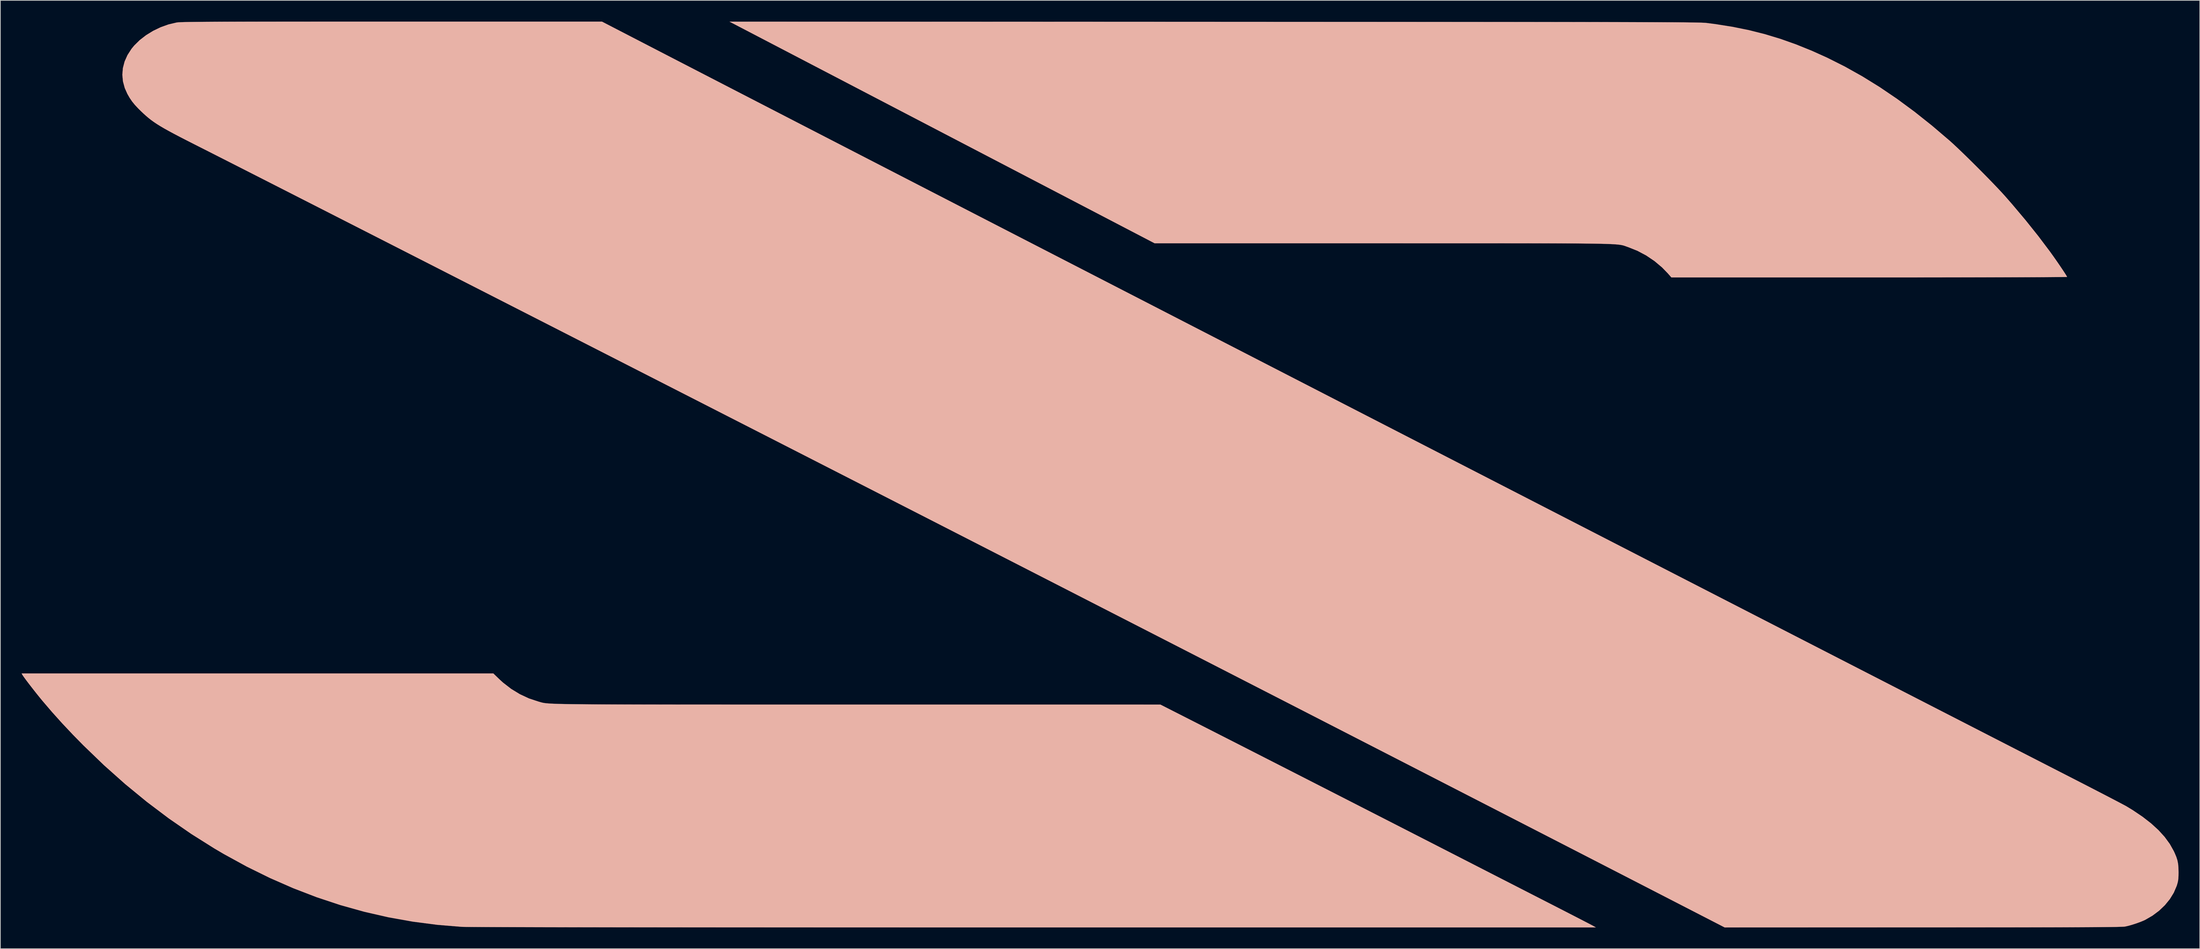
<source format=kicad_pcb>
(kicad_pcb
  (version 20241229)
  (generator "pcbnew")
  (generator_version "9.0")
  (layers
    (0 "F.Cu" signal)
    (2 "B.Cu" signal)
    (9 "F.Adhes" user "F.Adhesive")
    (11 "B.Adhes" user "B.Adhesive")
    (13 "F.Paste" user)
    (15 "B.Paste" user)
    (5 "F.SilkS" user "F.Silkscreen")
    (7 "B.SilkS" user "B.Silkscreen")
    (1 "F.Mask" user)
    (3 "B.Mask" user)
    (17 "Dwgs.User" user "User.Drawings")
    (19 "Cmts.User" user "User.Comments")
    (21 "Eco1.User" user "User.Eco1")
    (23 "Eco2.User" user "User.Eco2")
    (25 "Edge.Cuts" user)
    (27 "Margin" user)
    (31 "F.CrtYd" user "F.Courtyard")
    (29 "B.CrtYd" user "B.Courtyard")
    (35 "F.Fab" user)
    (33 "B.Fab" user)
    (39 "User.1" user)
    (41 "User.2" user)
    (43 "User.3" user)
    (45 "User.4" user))
  (footprint "ZLOGO"
    (layer "F.Cu")
    (at 162.571 64.521)
    (property "Reference" "ZLOGO" (at 0 0 0) (layer "F.SilkS") (effects (font (size 1.524 1.524) (thickness 0.3))))
    (attr through_hole)
    (fp_poly (pts (xy -162.471 27.779) (xy -162.364 27.947) (xy -162.167 28.224) (xy -161.897 28.589) (xy -161.57 29.02) (xy -161.204 29.495) (xy -160.815 29.993) (xy -160.42 30.492) (xy -160.036 30.969) (xy -159.679 31.404) (xy -159.638 31.454) (xy -158.277 33.045) (xy -156.847 34.636) (xy -155.319 36.257) (xy -153.84 37.764) (xy -150.925 40.572) (xy -147.94 43.23) (xy -144.886 45.737) (xy -141.766 48.091) (xy -138.582 50.29) (xy -135.336 52.333) (xy -133.994 53.122) (xy -130.75 54.899) (xy -127.482 56.508) (xy -124.189 57.951) (xy -120.87 59.227) (xy -117.522 60.338) (xy -114.144 61.283) (xy -110.735 62.063) (xy -107.292 62.678) (xy -103.815 63.129) (xy -100.372 63.413) (xy -100.195 63.418) (xy -99.848 63.424) (xy -99.333 63.429) (xy -98.65 63.434) (xy -97.799 63.438) (xy -96.78 63.443) (xy -95.594 63.447) (xy -94.241 63.451) (xy -92.721 63.455) (xy -91.036 63.459) (xy -89.184 63.463) (xy -87.167 63.466) (xy -84.985 63.47) (xy -82.638 63.473) (xy -80.127 63.476) (xy -77.452 63.479) (xy -74.612 63.481) (xy -71.61 63.484) (xy -68.445 63.486) (xy -65.116 63.488) (xy -61.626 63.49) (xy -57.973 63.491) (xy -54.159 63.493) (xy -50.184 63.494) (xy -46.048 63.495) (xy -41.751 63.496) (xy -37.294 63.497) (xy -32.677 63.498) (xy -27.901 63.498) (xy -22.965 63.498) (xy -19.516 63.498) (xy 59.902 63.498) (xy 59.563 63.301) (xy 59.434 63.231) (xy 59.166 63.09) (xy 58.773 62.885) (xy 58.267 62.623) (xy 57.661 62.31) (xy 56.968 61.953) (xy 56.199 61.557) (xy 55.368 61.13) (xy 54.487 60.678) (xy 53.594 60.221) (xy 52.698 59.762) (xy 51.671 59.236) (xy 50.535 58.655) (xy 49.31 58.027) (xy 48.016 57.364) (xy 46.673 56.677) (xy 45.303 55.975) (xy 43.926 55.269) (xy 42.562 54.57) (xy 41.232 53.889) (xy 39.956 53.235) (xy 39.624 53.065) (xy 37.666 52.062) (xy 35.633 51.021) (xy 33.537 49.948) (xy 31.393 48.851) (xy 29.215 47.737) (xy 27.016 46.613) (xy 24.81 45.485) (xy 22.612 44.361) (xy 20.434 43.249) (xy 18.291 42.154) (xy 16.196 41.085) (xy 14.164 40.048) (xy 12.208 39.05) (xy 10.341 38.098) (xy 8.579 37.2) (xy 6.935 36.363) (xy 5.422 35.592) (xy 4.877 35.315) (xy -1.634 32.004) (xy -44.357 32.002) (xy -47.602 32.002) (xy -50.682 32.002) (xy -53.602 32.002) (xy -56.365 32.002) (xy -58.977 32.002) (xy -61.442 32.002) (xy -63.765 32.001) (xy -65.949 32.001) (xy -67.999 32) (xy -69.919 31.999) (xy -71.715 31.997) (xy -73.39 31.995) (xy -74.949 31.993) (xy -76.397 31.99) (xy -77.737 31.987) (xy -78.974 31.983) (xy -80.113 31.979) (xy -81.158 31.974) (xy -82.113 31.968) (xy -82.984 31.962) (xy -83.774 31.955) (xy -84.487 31.947) (xy -85.129 31.939) (xy -85.703 31.929) (xy -86.215 31.919) (xy -86.668 31.908) (xy -87.067 31.895) (xy -87.417 31.882) (xy -87.721 31.868) (xy -87.985 31.852) (xy -88.212 31.835) (xy -88.408 31.818) (xy -88.576 31.799) (xy -88.721 31.778) (xy -88.847 31.757) (xy -88.96 31.734) (xy -89.063 31.709) (xy -89.16 31.683) (xy -89.257 31.656) (xy -89.357 31.627) (xy -89.466 31.597) (xy -89.516 31.583) (xy -90.86 31.139) (xy -92.154 30.537) (xy -93.382 29.788) (xy -94.53 28.9) (xy -95.042 28.433) (xy -95.905 27.601) (xy -162.566 27.601) (xy -162.471 27.779)) (stroke (width 0.01) (type solid)) (fill yes) (layer "B.SilkS"))
    (fp_poly (pts (xy -62.103 -64.289) (xy -61.998 -64.235) (xy -61.749 -64.105) (xy -61.36 -63.902) (xy -60.836 -63.628) (xy -60.182 -63.288) (xy -59.404 -62.882) (xy -58.507 -62.414) (xy -57.496 -61.887) (xy -56.376 -61.303) (xy -55.152 -60.665) (xy -53.83 -59.976) (xy -52.414 -59.238) (xy -50.91 -58.453) (xy -49.323 -57.626) (xy -47.658 -56.758) (xy -45.92 -55.852) (xy -44.115 -54.91) (xy -42.247 -53.936) (xy -40.321 -52.932) (xy -38.344 -51.901) (xy -36.32 -50.846) (xy -34.254 -49.769) (xy -32.151 -48.672) (xy -32.068 -48.629) (xy -2.457 -33.189) (xy 29.685 -33.189) (xy 32.505 -33.189) (xy 35.161 -33.19) (xy 37.658 -33.19) (xy 40.001 -33.19) (xy 42.195 -33.19) (xy 44.245 -33.19) (xy 46.157 -33.189) (xy 47.935 -33.188) (xy 49.585 -33.187) (xy 51.112 -33.185) (xy 52.521 -33.182) (xy 53.817 -33.179) (xy 55.005 -33.175) (xy 56.091 -33.17) (xy 57.079 -33.164) (xy 57.974 -33.157) (xy 58.782 -33.149) (xy 59.509 -33.14) (xy 60.158 -33.129) (xy 60.735 -33.117) (xy 61.245 -33.104) (xy 61.694 -33.089) (xy 62.086 -33.073) (xy 62.427 -33.055) (xy 62.722 -33.035) (xy 62.975 -33.013) (xy 63.193 -32.989) (xy 63.38 -32.964) (xy 63.541 -32.936) (xy 63.681 -32.906) (xy 63.806 -32.874) (xy 63.92 -32.839) (xy 64.03 -32.802) (xy 64.139 -32.763) (xy 64.253 -32.721) (xy 64.377 -32.676) (xy 64.486 -32.639) (xy 65.771 -32.127) (xy 67.013 -31.467) (xy 68.183 -30.678) (xy 69.255 -29.778) (xy 70.07 -28.936) (xy 70.57 -28.365) (xy 98.531 -28.364) (xy 100.717 -28.364) (xy 102.857 -28.365) (xy 104.944 -28.366) (xy 106.972 -28.367) (xy 108.934 -28.369) (xy 110.826 -28.371) (xy 112.64 -28.374) (xy 114.371 -28.376) (xy 116.012 -28.38) (xy 117.558 -28.383) (xy 119.001 -28.387) (xy 120.337 -28.391) (xy 121.559 -28.395) (xy 122.66 -28.399) (xy 123.635 -28.404) (xy 124.478 -28.409) (xy 125.183 -28.414) (xy 125.742 -28.419) (xy 126.151 -28.425) (xy 126.403 -28.43) (xy 126.492 -28.436) (xy 126.492 -28.436) (xy 126.445 -28.535) (xy 126.315 -28.752) (xy 126.114 -29.065) (xy 125.857 -29.454) (xy 125.558 -29.899) (xy 125.231 -30.378) (xy 124.889 -30.871) (xy 124.548 -31.357) (xy 124.22 -31.815) (xy 124.071 -32.021) (xy 122.421 -34.21) (xy 120.632 -36.448) (xy 118.722 -38.716) (xy 117.734 -39.846) (xy 117.278 -40.349) (xy 116.722 -40.944) (xy 116.085 -41.612) (xy 115.386 -42.333) (xy 114.645 -43.087) (xy 113.881 -43.856) (xy 113.115 -44.619) (xy 112.365 -45.356) (xy 111.651 -46.05) (xy 110.993 -46.678) (xy 110.41 -47.224) (xy 109.922 -47.665) (xy 109.897 -47.687) (xy 107.401 -49.815) (xy 104.928 -51.782) (xy 102.468 -53.595) (xy 100.014 -55.259) (xy 97.555 -56.78) (xy 95.083 -58.164) (xy 92.59 -59.416) (xy 90.424 -60.392) (xy 88.181 -61.298) (xy 85.969 -62.081) (xy 83.757 -62.75) (xy 81.509 -63.315) (xy 79.192 -63.784) (xy 76.772 -64.167) (xy 75.565 -64.322) (xy 75.486 -64.331) (xy 75.392 -64.339) (xy 75.28 -64.347) (xy 75.145 -64.354) (xy 74.985 -64.361) (xy 74.796 -64.368) (xy 74.575 -64.375) (xy 74.318 -64.381) (xy 74.021 -64.387) (xy 73.682 -64.393) (xy 73.296 -64.398) (xy 72.861 -64.404) (xy 72.372 -64.409) (xy 71.827 -64.413) (xy 71.222 -64.418) (xy 70.552 -64.422) (xy 69.816 -64.426) (xy 69.009 -64.43) (xy 68.128 -64.434) (xy 67.17 -64.437) (xy 66.131 -64.441) (xy 65.007 -64.444) (xy 63.795 -64.447) (xy 62.492 -64.449) (xy 61.094 -64.452) (xy 59.598 -64.455) (xy 58 -64.457) (xy 56.297 -64.459) (xy 54.485 -64.461) (xy 52.56 -64.463) (xy 50.52 -64.465) (xy 48.361 -64.467) (xy 46.08 -64.469) (xy 43.672 -64.47) (xy 41.135 -64.472) (xy 38.464 -64.473) (xy 35.657 -64.475) (xy 32.711 -64.476) (xy 29.621 -64.478) (xy 26.383 -64.479) (xy 22.996 -64.48) (xy 19.455 -64.482) (xy 15.756 -64.483) (xy 11.897 -64.485) (xy 7.873 -64.486) (xy 5.927 -64.487) (xy -62.526 -64.509) (xy -62.103 -64.289)) (stroke (width 0.01) (type solid)) (fill yes) (layer "B.SilkS"))
    (fp_poly (pts (xy -112.931 -64.516) (xy -115.455 -64.516) (xy -117.821 -64.515) (xy -120.033 -64.515) (xy -122.096 -64.514) (xy -124.017 -64.513) (xy -125.799 -64.512) (xy -127.449 -64.511) (xy -128.971 -64.509) (xy -130.372 -64.507) (xy -131.655 -64.505) (xy -132.826 -64.502) (xy -133.891 -64.499) (xy -134.854 -64.495) (xy -135.722 -64.491) (xy -136.498 -64.487) (xy -137.189 -64.482) (xy -137.8 -64.477) (xy -138.336 -64.471) (xy -138.801 -64.465) (xy -139.202 -64.458) (xy -139.544 -64.45) (xy -139.831 -64.442) (xy -140.07 -64.434) (xy -140.264 -64.424) (xy -140.421 -64.414) (xy -140.544 -64.403) (xy -140.638 -64.392) (xy -140.683 -64.385) (xy -141.808 -64.119) (xy -142.916 -63.722) (xy -143.981 -63.21) (xy -144.976 -62.599) (xy -145.875 -61.904) (xy -146.652 -61.139) (xy -147.034 -60.675) (xy -147.604 -59.791) (xy -148.011 -58.88) (xy -148.254 -57.949) (xy -148.332 -57.008) (xy -148.244 -56.065) (xy -147.99 -55.127) (xy -147.622 -54.302) (xy -147.301 -53.741) (xy -146.957 -53.235) (xy -146.556 -52.741) (xy -146.068 -52.22) (xy -145.7 -51.858) (xy -145.337 -51.514) (xy -144.986 -51.198) (xy -144.635 -50.9) (xy -144.27 -50.613) (xy -143.879 -50.33) (xy -143.447 -50.041) (xy -142.964 -49.74) (xy -142.414 -49.417) (xy -141.785 -49.066) (xy -141.064 -48.677) (xy -140.238 -48.244) (xy -139.294 -47.757) (xy -138.218 -47.21) (xy -137.496 -46.844) (xy -136.839 -46.512) (xy -136.036 -46.105) (xy -135.093 -45.626) (xy -134.014 -45.078) (xy -132.803 -44.463) (xy -131.467 -43.784) (xy -130.01 -43.042) (xy -128.437 -42.242) (xy -126.753 -41.384) (xy -124.963 -40.473) (xy -123.072 -39.509) (xy -121.084 -38.497) (xy -119.006 -37.438) (xy -116.842 -36.335) (xy -114.596 -35.19) (xy -112.274 -34.006) (xy -109.881 -32.786) (xy -107.421 -31.531) (xy -104.9 -30.246) (xy -102.323 -28.931) (xy -99.695 -27.59) (xy -97.02 -26.226) (xy -94.304 -24.84) (xy -91.551 -23.435) (xy -88.767 -22.015) (xy -85.957 -20.58) (xy -83.125 -19.134) (xy -80.276 -17.68) (xy -77.416 -16.22) (xy -74.549 -14.756) (xy -71.68 -13.292) (xy -68.815 -11.829) (xy -65.958 -10.37) (xy -63.115 -8.917) (xy -60.289 -7.474) (xy -57.487 -6.043) (xy -54.713 -4.625) (xy -51.972 -3.225) (xy -49.27 -1.844) (xy -46.61 -0.485) (xy -43.999 0.85) (xy -41.44 2.158) (xy -38.94 3.437) (xy -36.502 4.683) (xy -34.133 5.895) (xy -31.877 7.049) (xy -27.753 9.159) (xy -23.524 11.324) (xy -19.201 13.537) (xy -14.794 15.794) (xy -10.314 18.09) (xy -5.772 20.417) (xy -1.179 22.771) (xy 3.454 25.146) (xy 8.116 27.537) (xy 12.796 29.938) (xy 17.484 32.342) (xy 22.168 34.746) (xy 26.838 37.143) (xy 31.482 39.527) (xy 36.09 41.894) (xy 40.652 44.237) (xy 45.155 46.55) (xy 49.589 48.829) (xy 53.944 51.067) (xy 58.208 53.259) (xy 62.37 55.4) (xy 66.42 57.484) (xy 70.346 59.505) (xy 74.138 61.457) (xy 76.073 62.453) (xy 78.105 63.5) (xy 106.087 63.492) (xy 108.736 63.492) (xy 111.22 63.491) (xy 113.545 63.489) (xy 115.715 63.488) (xy 117.737 63.487) (xy 119.615 63.485) (xy 121.354 63.483) (xy 122.959 63.48) (xy 124.435 63.478) (xy 125.787 63.475) (xy 127.021 63.471) (xy 128.141 63.467) (xy 129.153 63.463) (xy 130.061 63.459) (xy 130.87 63.454) (xy 131.587 63.448) (xy 132.215 63.442) (xy 132.76 63.436) (xy 133.227 63.429) (xy 133.62 63.422) (xy 133.946 63.413) (xy 134.209 63.405) (xy 134.414 63.395) (xy 134.566 63.386) (xy 134.671 63.375) (xy 134.706 63.37) (xy 135.166 63.265) (xy 135.719 63.107) (xy 136.308 62.916) (xy 136.873 62.71) (xy 137.358 62.509) (xy 137.537 62.424) (xy 138.565 61.828) (xy 139.497 61.131) (xy 140.317 60.349) (xy 141.013 59.497) (xy 141.571 58.589) (xy 141.977 57.64) (xy 142.021 57.505) (xy 142.116 57.176) (xy 142.18 56.88) (xy 142.217 56.568) (xy 142.235 56.188) (xy 142.24 55.697) (xy 142.227 55.042) (xy 142.179 54.499) (xy 142.083 54.012) (xy 141.928 53.526) (xy 141.7 52.984) (xy 141.57 52.705) (xy 141.005 51.697) (xy 140.283 50.71) (xy 139.402 49.741) (xy 138.359 48.789) (xy 137.153 47.852) (xy 135.781 46.927) (xy 134.919 46.402) (xy 134.731 46.297) (xy 134.404 46.122) (xy 133.952 45.882) (xy 133.384 45.584) (xy 132.715 45.235) (xy 131.956 44.84) (xy 131.12 44.407) (xy 130.218 43.941) (xy 129.263 43.449) (xy 128.267 42.937) (xy 127.299 42.44) (xy 124.503 41.008) (xy 121.583 39.511) (xy 118.543 37.953) (xy 115.39 36.336) (xy 112.128 34.662) (xy 108.762 32.935) (xy 105.297 31.157) (xy 101.738 29.33) (xy 98.091 27.458) (xy 94.361 25.543) (xy 90.553 23.587) (xy 86.671 21.593) (xy 82.721 19.564) (xy 78.709 17.503) (xy 74.639 15.412) (xy 70.516 13.293) (xy 66.345 11.149) (xy 62.132 8.984) (xy 57.882 6.799) (xy 53.599 4.597) (xy 49.29 2.381) (xy 44.958 0.154) (xy 40.61 -2.082) (xy 36.25 -4.325) (xy 31.883 -6.571) (xy 27.515 -8.818) (xy 23.15 -11.063) (xy 18.794 -13.305) (xy 14.452 -15.539) (xy 10.129 -17.764) (xy 5.83 -19.976) (xy 1.56 -22.174) (xy -2.675 -24.355) (xy -6.871 -26.515) (xy -11.023 -28.653) (xy -15.125 -30.765) (xy -19.172 -32.849) (xy -23.159 -34.903) (xy -27.082 -36.924) (xy -30.934 -38.909) (xy -34.711 -40.855) (xy -38.407 -42.76) (xy -42.018 -44.621) (xy -45.539 -46.436) (xy -48.964 -48.202) (xy -52.288 -49.916) (xy -55.506 -51.577) (xy -58.613 -53.18) (xy -61.604 -54.723) (xy -64.474 -56.205) (xy -67.217 -57.621) (xy -69.829 -58.97) (xy -72.304 -60.249) (xy -74.637 -61.456) (xy -76.281 -62.306) (xy -80.553 -64.516) (xy -110.242 -64.516) (xy -112.931 -64.516)) (stroke (width 0.01) (type solid)) (fill yes) (layer "B.SilkS")))
  (gr_rect
    (start -3 -3)
    (end 307.816 131.026)
    (stroke (width 0.1) (type default))
    (fill no)
    (layer "Edge.Cuts")))
</source>
